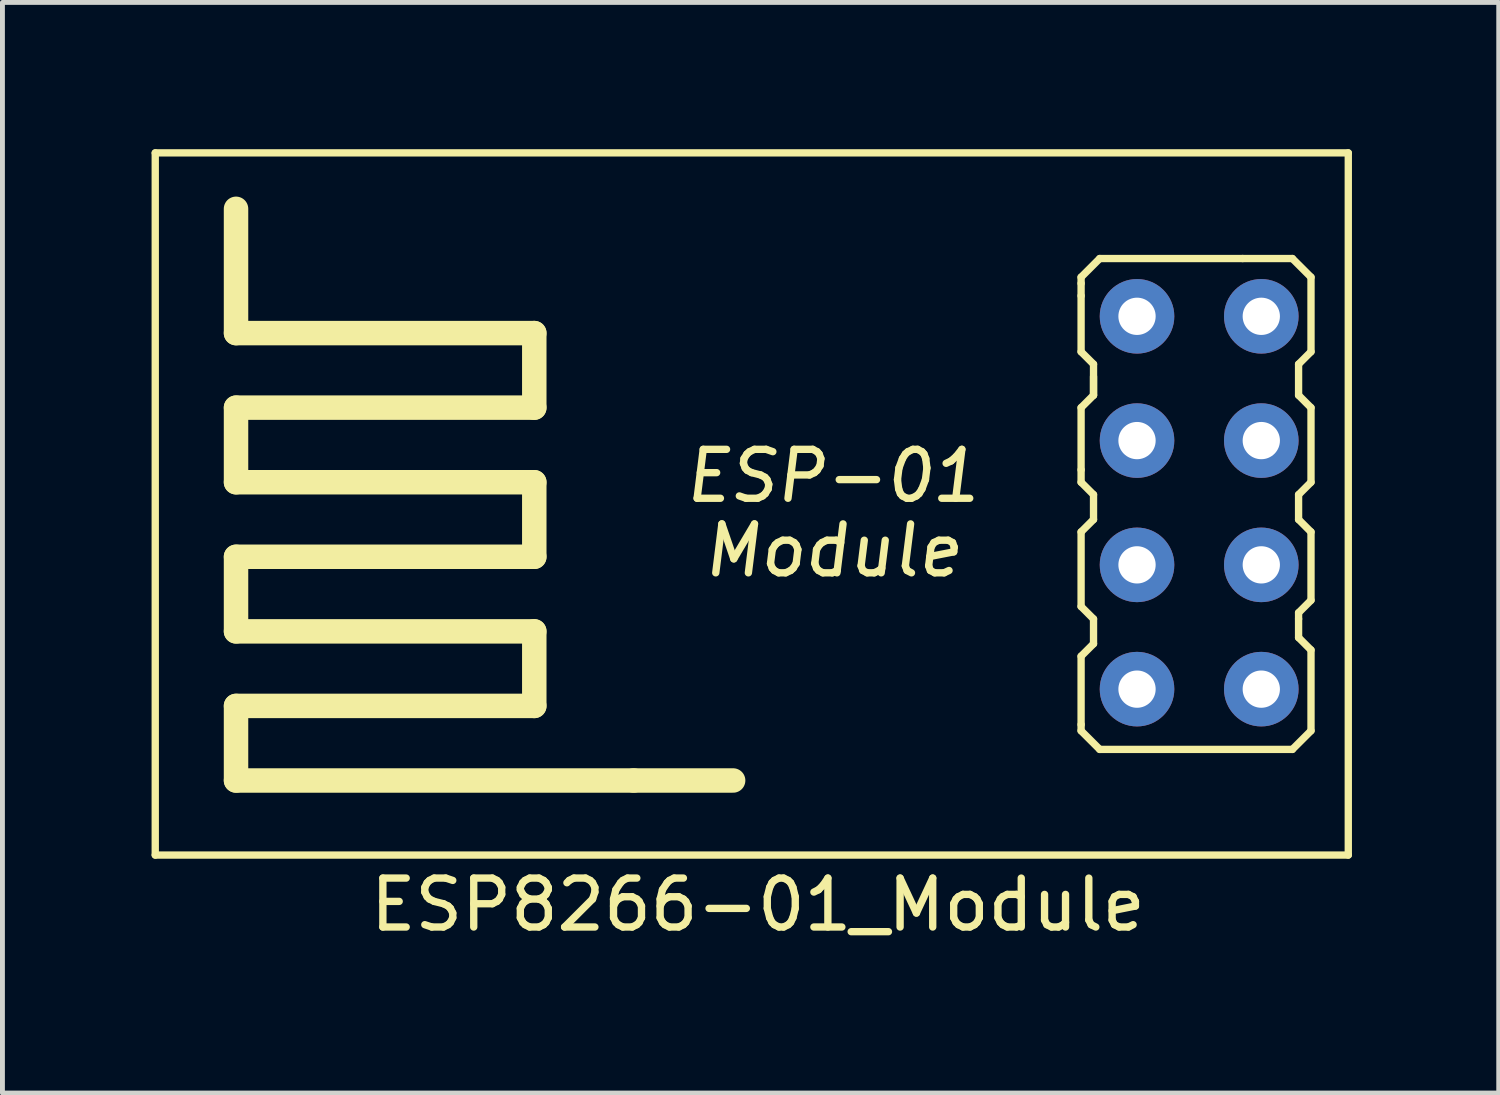
<source format=kicad_pcb>
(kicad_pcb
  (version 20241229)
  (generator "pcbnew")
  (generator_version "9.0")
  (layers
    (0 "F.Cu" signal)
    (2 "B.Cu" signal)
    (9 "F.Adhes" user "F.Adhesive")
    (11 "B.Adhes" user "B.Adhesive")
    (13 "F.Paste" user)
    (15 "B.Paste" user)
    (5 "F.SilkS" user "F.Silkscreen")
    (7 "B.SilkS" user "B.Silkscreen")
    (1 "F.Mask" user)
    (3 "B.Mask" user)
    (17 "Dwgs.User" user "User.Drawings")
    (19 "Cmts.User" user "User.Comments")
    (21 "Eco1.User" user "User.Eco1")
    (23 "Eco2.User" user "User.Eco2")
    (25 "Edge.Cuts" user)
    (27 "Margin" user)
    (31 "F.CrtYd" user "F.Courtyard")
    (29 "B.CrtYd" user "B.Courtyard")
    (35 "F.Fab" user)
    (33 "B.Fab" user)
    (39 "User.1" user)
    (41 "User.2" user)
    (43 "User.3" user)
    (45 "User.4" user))
  (footprint "ESP8266-01_Module"
    (layer "F.Cu")
    (at 0.25 14.426)
    (property "Reference" "ESP8266-01_Module" (at 12.192 1.016 0) (layer "F.SilkS") (effects (font (size 1 1) (thickness 0.15))))
    (attr through_hole)
    (fp_line (start -0.127 -14.351) (end -0.127 0) (stroke (width 0.15) (type solid)) (layer "F.SilkS"))
    (fp_line (start -0.127 0) (end 24.257 0) (stroke (width 0.15) (type solid)) (layer "F.SilkS"))
    (fp_line (start 1.524 -10.668) (end 1.524 -13.208) (stroke (width 0.5) (type solid)) (layer "F.SilkS"))
    (fp_line (start 1.524 -9.144) (end 7.62 -9.144) (stroke (width 0.5) (type solid)) (layer "F.SilkS"))
    (fp_line (start 1.524 -7.62) (end 1.524 -9.144) (stroke (width 0.5) (type solid)) (layer "F.SilkS"))
    (fp_line (start 1.524 -6.096) (end 7.62 -6.096) (stroke (width 0.5) (type solid)) (layer "F.SilkS"))
    (fp_line (start 1.524 -4.572) (end 1.524 -6.096) (stroke (width 0.5) (type solid)) (layer "F.SilkS"))
    (fp_line (start 1.524 -3.048) (end 7.62 -3.048) (stroke (width 0.5) (type solid)) (layer "F.SilkS"))
    (fp_line (start 1.524 -1.524) (end 1.524 -3.048) (stroke (width 0.5) (type solid)) (layer "F.SilkS"))
    (fp_line (start 7.62 -10.668) (end 1.524 -10.668) (stroke (width 0.5) (type solid)) (layer "F.SilkS"))
    (fp_line (start 7.62 -9.144) (end 7.62 -10.668) (stroke (width 0.5) (type solid)) (layer "F.SilkS"))
    (fp_line (start 7.62 -7.62) (end 1.524 -7.62) (stroke (width 0.5) (type solid)) (layer "F.SilkS"))
    (fp_line (start 7.62 -6.096) (end 7.62 -7.62) (stroke (width 0.5) (type solid)) (layer "F.SilkS"))
    (fp_line (start 7.62 -4.572) (end 1.524 -4.572) (stroke (width 0.5) (type solid)) (layer "F.SilkS"))
    (fp_line (start 7.62 -3.048) (end 7.62 -4.572) (stroke (width 0.5) (type solid)) (layer "F.SilkS"))
    (fp_line (start 9.652 -1.524) (end 1.524 -1.524) (stroke (width 0.5) (type solid)) (layer "F.SilkS"))
    (fp_line (start 11.684 -1.524) (end 9.652 -1.524) (stroke (width 0.5) (type solid)) (layer "F.SilkS"))
    (fp_line (start 18.796 -11.811) (end 19.177 -12.192) (stroke (width 0.15) (type solid)) (layer "F.SilkS"))
    (fp_line (start 18.796 -11.684) (end 18.796 -11.811) (stroke (width 0.15) (type solid)) (layer "F.SilkS"))
    (fp_line (start 18.796 -11.43) (end 18.796 -11.684) (stroke (width 0.15) (type solid)) (layer "F.SilkS"))
    (fp_line (start 18.796 -11.43) (end 18.796 -10.287) (stroke (width 0.15) (type solid)) (layer "F.SilkS"))
    (fp_line (start 18.796 -10.287) (end 19.05 -10.033) (stroke (width 0.15) (type solid)) (layer "F.SilkS"))
    (fp_line (start 18.796 -9.144) (end 18.796 -7.874) (stroke (width 0.15) (type solid)) (layer "F.SilkS"))
    (fp_line (start 18.796 -7.874) (end 18.796 -7.62) (stroke (width 0.15) (type solid)) (layer "F.SilkS"))
    (fp_line (start 18.796 -7.62) (end 19.05 -7.366) (stroke (width 0.15) (type solid)) (layer "F.SilkS"))
    (fp_line (start 18.796 -6.604) (end 18.796 -5.08) (stroke (width 0.15) (type solid)) (layer "F.SilkS"))
    (fp_line (start 18.796 -5.08) (end 19.05 -4.826) (stroke (width 0.15) (type solid)) (layer "F.SilkS"))
    (fp_line (start 18.796 -4.064) (end 18.796 -2.667) (stroke (width 0.15) (type solid)) (layer "F.SilkS"))
    (fp_line (start 18.796 -2.667) (end 18.796 -2.54) (stroke (width 0.15) (type solid)) (layer "F.SilkS"))
    (fp_line (start 18.796 -2.54) (end 19.177 -2.159) (stroke (width 0.15) (type solid)) (layer "F.SilkS"))
    (fp_line (start 19.05 -10.033) (end 19.05 -9.398) (stroke (width 0.15) (type solid)) (layer "F.SilkS"))
    (fp_line (start 19.05 -9.779) (end 19.05 -9.398) (stroke (width 0.15) (type solid)) (layer "F.SilkS"))
    (fp_line (start 19.05 -9.398) (end 18.796 -9.144) (stroke (width 0.15) (type solid)) (layer "F.SilkS"))
    (fp_line (start 19.05 -7.366) (end 19.05 -6.858) (stroke (width 0.15) (type solid)) (layer "F.SilkS"))
    (fp_line (start 19.05 -6.858) (end 18.796 -6.604) (stroke (width 0.15) (type solid)) (layer "F.SilkS"))
    (fp_line (start 19.05 -4.826) (end 19.05 -4.318) (stroke (width 0.15) (type solid)) (layer "F.SilkS"))
    (fp_line (start 19.05 -4.318) (end 18.796 -4.064) (stroke (width 0.15) (type solid)) (layer "F.SilkS"))
    (fp_line (start 19.177 -12.192) (end 22.098 -12.192) (stroke (width 0.15) (type solid)) (layer "F.SilkS"))
    (fp_line (start 19.177 -2.159) (end 23.114 -2.159) (stroke (width 0.15) (type solid)) (layer "F.SilkS"))
    (fp_line (start 23.114 -12.192) (end 22.098 -12.192) (stroke (width 0.15) (type solid)) (layer "F.SilkS"))
    (fp_line (start 23.114 -2.159) (end 23.495 -2.54) (stroke (width 0.15) (type solid)) (layer "F.SilkS"))
    (fp_line (start 23.241 -10.033) (end 23.495 -10.287) (stroke (width 0.15) (type solid)) (layer "F.SilkS"))
    (fp_line (start 23.241 -9.398) (end 23.241 -10.033) (stroke (width 0.15) (type solid)) (layer "F.SilkS"))
    (fp_line (start 23.241 -7.366) (end 23.495 -7.62) (stroke (width 0.15) (type solid)) (layer "F.SilkS"))
    (fp_line (start 23.241 -6.858) (end 23.241 -7.366) (stroke (width 0.15) (type solid)) (layer "F.SilkS"))
    (fp_line (start 23.241 -4.953) (end 23.495 -5.207) (stroke (width 0.15) (type solid)) (layer "F.SilkS"))
    (fp_line (start 23.241 -4.826) (end 23.241 -4.953) (stroke (width 0.15) (type solid)) (layer "F.SilkS"))
    (fp_line (start 23.241 -4.445) (end 23.241 -4.826) (stroke (width 0.15) (type solid)) (layer "F.SilkS"))
    (fp_line (start 23.495 -11.811) (end 23.114 -12.192) (stroke (width 0.15) (type solid)) (layer "F.SilkS"))
    (fp_line (start 23.495 -10.287) (end 23.495 -11.811) (stroke (width 0.15) (type solid)) (layer "F.SilkS"))
    (fp_line (start 23.495 -9.144) (end 23.241 -9.398) (stroke (width 0.15) (type solid)) (layer "F.SilkS"))
    (fp_line (start 23.495 -7.62) (end 23.495 -9.144) (stroke (width 0.15) (type solid)) (layer "F.SilkS"))
    (fp_line (start 23.495 -6.604) (end 23.241 -6.858) (stroke (width 0.15) (type solid)) (layer "F.SilkS"))
    (fp_line (start 23.495 -5.207) (end 23.495 -6.604) (stroke (width 0.15) (type solid)) (layer "F.SilkS"))
    (fp_line (start 23.495 -4.191) (end 23.241 -4.445) (stroke (width 0.15) (type solid)) (layer "F.SilkS"))
    (fp_line (start 23.495 -2.54) (end 23.495 -4.191) (stroke (width 0.15) (type solid)) (layer "F.SilkS"))
    (fp_line (start 24.257 -14.351) (end -0.127 -14.351) (stroke (width 0.15) (type solid)) (layer "F.SilkS"))
    (fp_line (start 24.257 -14.351) (end 24.257 0) (stroke (width 0.15) (type solid)) (layer "F.SilkS"))
    (fp_text user "ESP-01" (at 13.716 -7.747 0) (layer "F.SilkS") (effects (font (size 1 1) (thickness 0.15) (italic yes))))
    (fp_text user "Module" (at 13.716 -6.223 0) (layer "F.SilkS") (effects (font (size 1 1) (thickness 0.15) (italic yes))))
    (pad "1" thru_hole circle (at 19.939 -3.391) (size 1.524 1.524) (drill 0.762) (layers "*.Cu" "*.Mask"))
    (pad "2" thru_hole circle (at 22.479 -3.391) (size 1.524 1.524) (drill 0.762) (layers "*.Cu" "*.Mask"))
    (pad "3" thru_hole circle (at 19.939 -5.931) (size 1.524 1.524) (drill 0.762) (layers "*.Cu" "*.Mask"))
    (pad "4" thru_hole circle (at 22.479 -5.931) (size 1.524 1.524) (drill 0.762) (layers "*.Cu" "*.Mask"))
    (pad "5" thru_hole circle (at 19.939 -8.471) (size 1.524 1.524) (drill 0.762) (layers "*.Cu" "*.Mask"))
    (pad "6" thru_hole circle (at 22.479 -8.471) (size 1.524 1.524) (drill 0.762) (layers "*.Cu" "*.Mask"))
    (pad "7" thru_hole circle (at 19.939 -11.011) (size 1.524 1.524) (drill 0.762) (layers "*.Cu" "*.Mask"))
    (pad "8" thru_hole circle (at 22.479 -11.011) (size 1.524 1.524) (drill 0.762) (layers "*.Cu" "*.Mask")))
  (gr_rect
    (start -3 -3)
    (end 27.582 19.29)
    (stroke (width 0.1) (type default))
    (fill no)
    (layer "Edge.Cuts")))
</source>
